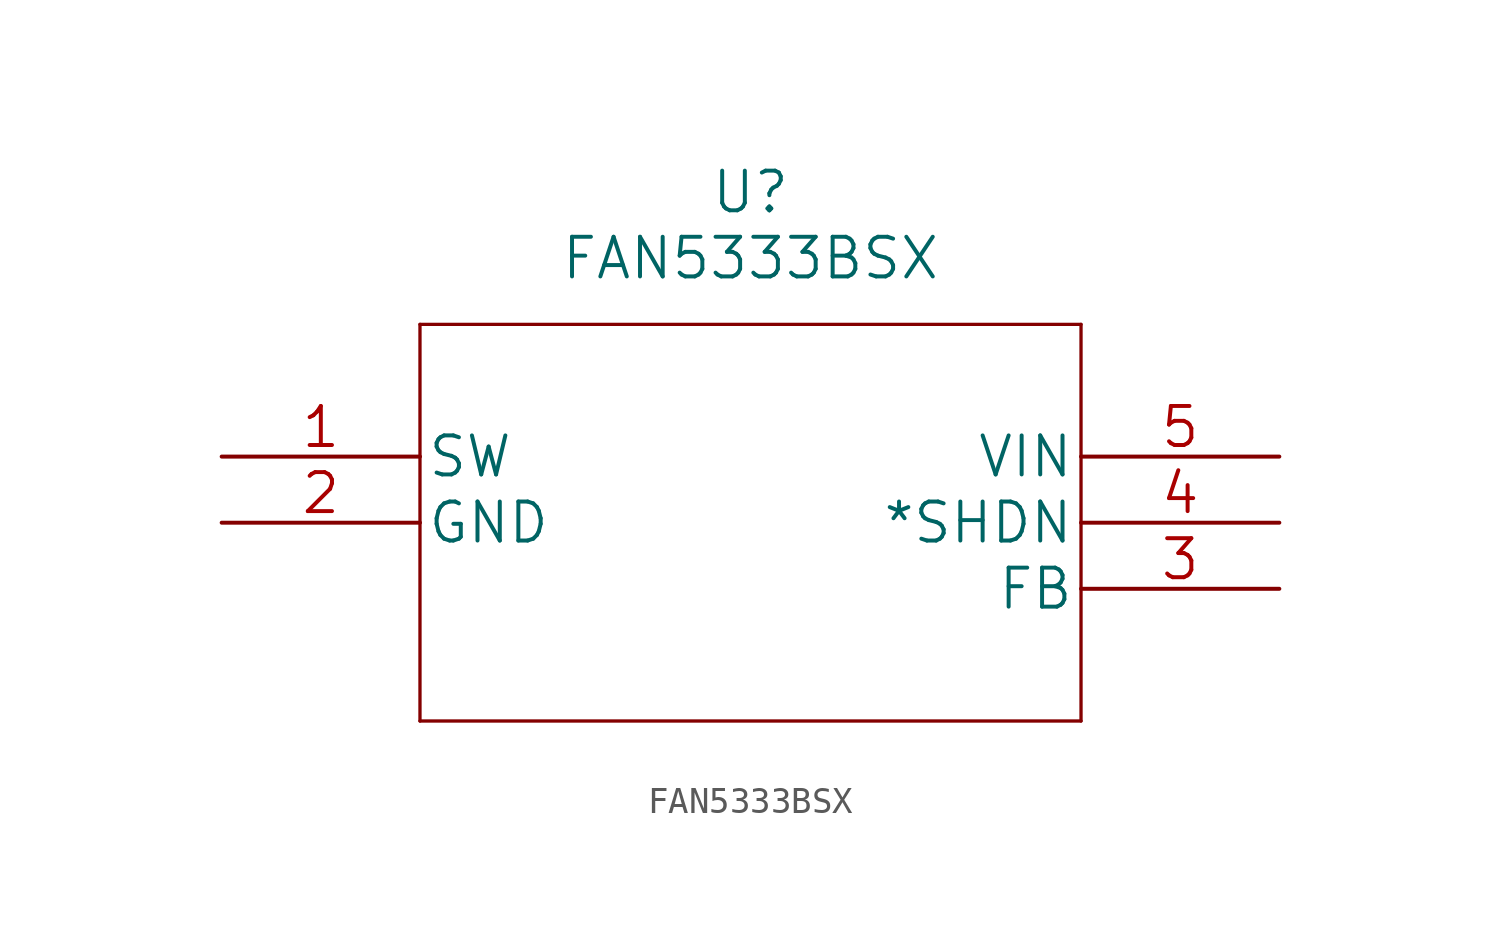
<source format=kicad_sym>
(kicad_symbol_lib
  (version 20211014)
  (generator kicad_symbol_editor)
  (symbol "FAN5333BSX"
    (pin_names
      (offset 0.254))
    (property "Reference" "U"
      (at 20.32 10.16 0)
      (effects (font (size 1.524 1.524))))
    (property "Value" "FAN5333BSX"
      (at 20.32 7.62 0)
      (effects (font (size 1.524 1.524))))
    (property "Datasheet" ""
      (at 0 0 0)
      (effects (font (size 1.524 1.524))))
    (property "ki_locked" ""
      (at 0 0 0)
      (effects (font (size 1.27 1.27))))
    (symbol "FAN5333BSX_1_1"
      (polyline (pts (xy 7.62 -10.16) (xy 33.02 -10.16)) (stroke (width 0.127) (type default) (color 0 0 0 0)) (fill (type none)))
      (polyline (pts (xy 7.62 5.08) (xy 7.62 -10.16)) (stroke (width 0.127) (type default) (color 0 0 0 0)) (fill (type none)))
      (polyline (pts (xy 33.02 -10.16) (xy 33.02 5.08)) (stroke (width 0.127) (type default) (color 0 0 0 0)) (fill (type none)))
      (polyline (pts (xy 33.02 5.08) (xy 7.62 5.08)) (stroke (width 0.127) (type default) (color 0 0 0 0)) (fill (type none)))
      (pin unspecified line (at 0 0 0) (length 7.62) (name "SW" (effects (font (size 1.499 1.499)))) (number "1" (effects (font (size 1.499 1.499)))))
      (pin power_in line (at 0 -2.54 0) (length 7.62) (name "GND" (effects (font (size 1.499 1.499)))) (number "2" (effects (font (size 1.499 1.499)))))
      (pin unspecified line (at 40.64 -5.08 180) (length 7.62) (name "FB" (effects (font (size 1.499 1.499)))) (number "3" (effects (font (size 1.499 1.499)))))
      (pin unspecified line (at 40.64 -2.54 180) (length 7.62) (name "*SHDN" (effects (font (size 1.499 1.499)))) (number "4" (effects (font (size 1.499 1.499)))))
      (pin unspecified line (at 40.64 0 180) (length 7.62) (name "VIN" (effects (font (size 1.499 1.499)))) (number "5" (effects (font (size 1.499 1.499))))))))
</source>
